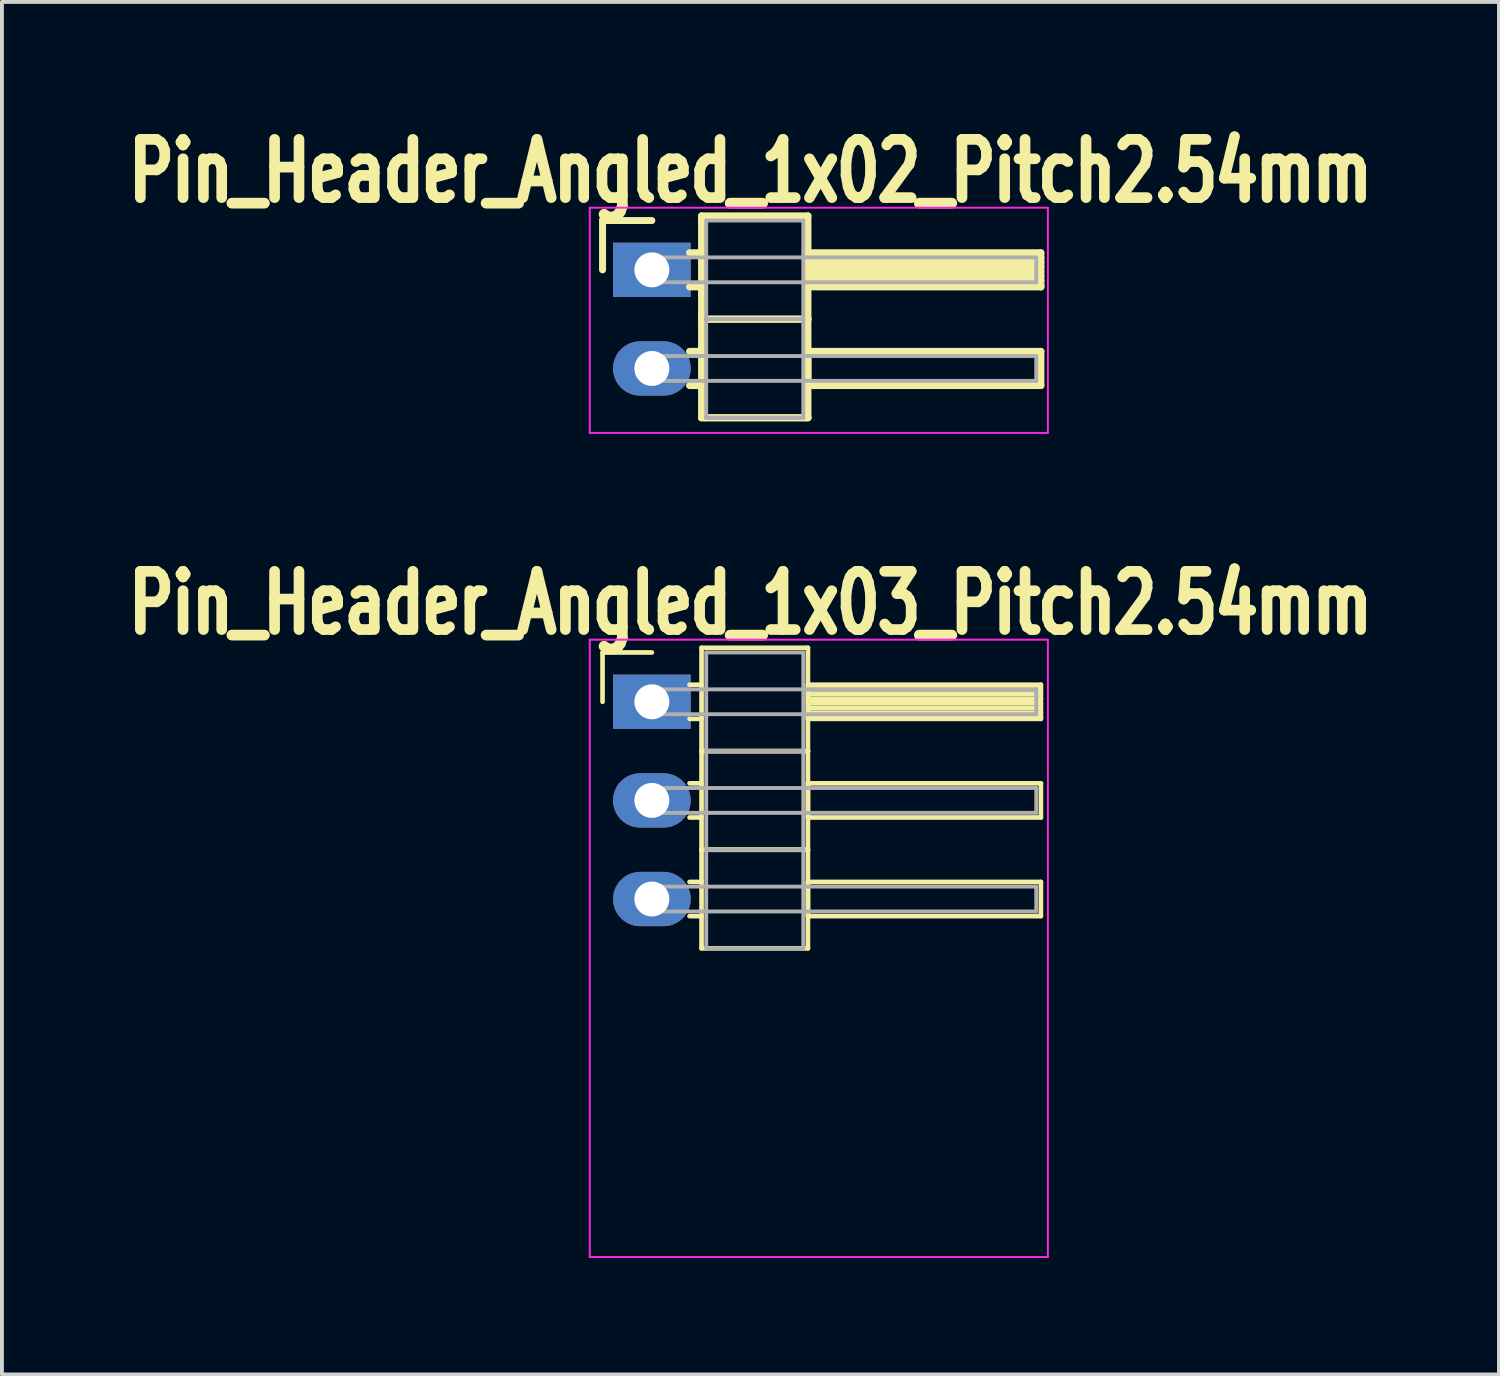
<source format=kicad_pcb>
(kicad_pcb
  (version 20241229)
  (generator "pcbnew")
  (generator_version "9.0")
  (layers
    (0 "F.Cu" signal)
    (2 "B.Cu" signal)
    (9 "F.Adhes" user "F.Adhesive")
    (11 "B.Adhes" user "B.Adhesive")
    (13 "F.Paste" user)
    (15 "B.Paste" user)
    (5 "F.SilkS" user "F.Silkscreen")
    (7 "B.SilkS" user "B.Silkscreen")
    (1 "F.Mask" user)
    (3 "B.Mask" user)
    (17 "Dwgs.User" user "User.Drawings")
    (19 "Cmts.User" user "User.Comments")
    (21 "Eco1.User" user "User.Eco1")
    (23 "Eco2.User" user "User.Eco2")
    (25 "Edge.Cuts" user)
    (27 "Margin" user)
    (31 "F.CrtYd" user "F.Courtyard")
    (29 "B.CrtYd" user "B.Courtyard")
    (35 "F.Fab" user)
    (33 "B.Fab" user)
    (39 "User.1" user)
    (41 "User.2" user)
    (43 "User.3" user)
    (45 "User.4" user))
  (footprint "Pin_Header_Angled_1x02_Pitch2.54mm"
    (layer "F.Cu")
    (at 13.739 3.9)
    (property "Reference" "Pin_Header_Angled_1x02_Pitch2.54mm" (at 2.54 -2.54 0) (layer "F.SilkS") (effects (font (size 1.5 1.1) (thickness 0.275))))
    (attr through_hole)
    (fp_line (start -1.27 -1.27) (end 0 -1.27) (stroke (width 0.18) (type solid)) (layer "F.SilkS"))
    (fp_line (start -1.27 0) (end -1.27 -1.27) (stroke (width 0.18) (type solid)) (layer "F.SilkS"))
    (fp_line (start 0.97 -0.44) (end 1.28 -0.44) (stroke (width 0.18) (type solid)) (layer "F.SilkS"))
    (fp_line (start 0.97 0.44) (end 1.28 0.44) (stroke (width 0.18) (type solid)) (layer "F.SilkS"))
    (fp_line (start 0.97 2.1) (end 1.28 2.1) (stroke (width 0.18) (type solid)) (layer "F.SilkS"))
    (fp_line (start 0.97 2.98) (end 1.28 2.98) (stroke (width 0.18) (type solid)) (layer "F.SilkS"))
    (fp_line (start 1.28 -1.39) (end 1.28 1.27) (stroke (width 0.18) (type solid)) (layer "F.SilkS"))
    (fp_line (start 1.28 1.27) (end 1.28 3.81) (stroke (width 0.18) (type solid)) (layer "F.SilkS"))
    (fp_line (start 1.28 1.27) (end 4.02 1.27) (stroke (width 0.18) (type solid)) (layer "F.SilkS"))
    (fp_line (start 1.28 3.81) (end 4.02 3.81) (stroke (width 0.18) (type solid)) (layer "F.SilkS"))
    (fp_line (start 4.02 -1.39) (end 1.28 -1.39) (stroke (width 0.18) (type solid)) (layer "F.SilkS"))
    (fp_line (start 4.02 -0.44) (end 4.02 0.44) (stroke (width 0.18) (type solid)) (layer "F.SilkS"))
    (fp_line (start 4.02 -0.32) (end 10.02 -0.32) (stroke (width 0.18) (type solid)) (layer "F.SilkS"))
    (fp_line (start 4.02 -0.2) (end 10.02 -0.2) (stroke (width 0.18) (type solid)) (layer "F.SilkS"))
    (fp_line (start 4.02 -0.08) (end 10.02 -0.08) (stroke (width 0.18) (type solid)) (layer "F.SilkS"))
    (fp_line (start 4.02 0.04) (end 10.02 0.04) (stroke (width 0.18) (type solid)) (layer "F.SilkS"))
    (fp_line (start 4.02 0.16) (end 10.02 0.16) (stroke (width 0.18) (type solid)) (layer "F.SilkS"))
    (fp_line (start 4.02 0.28) (end 10.02 0.28) (stroke (width 0.18) (type solid)) (layer "F.SilkS"))
    (fp_line (start 4.02 0.4) (end 10.02 0.4) (stroke (width 0.18) (type solid)) (layer "F.SilkS"))
    (fp_line (start 4.02 0.44) (end 10.02 0.44) (stroke (width 0.18) (type solid)) (layer "F.SilkS"))
    (fp_line (start 4.02 1.27) (end 1.28 1.27) (stroke (width 0.18) (type solid)) (layer "F.SilkS"))
    (fp_line (start 4.02 1.27) (end 4.02 -1.39) (stroke (width 0.18) (type solid)) (layer "F.SilkS"))
    (fp_line (start 4.02 2.1) (end 4.02 2.98) (stroke (width 0.18) (type solid)) (layer "F.SilkS"))
    (fp_line (start 4.02 2.98) (end 10.02 2.98) (stroke (width 0.18) (type solid)) (layer "F.SilkS"))
    (fp_line (start 4.02 3.81) (end 1.28 3.81) (stroke (width 0.18) (type solid)) (layer "F.SilkS"))
    (fp_line (start 4.02 3.81) (end 4.02 1.27) (stroke (width 0.18) (type solid)) (layer "F.SilkS"))
    (fp_line (start 10.02 -0.44) (end 4.02 -0.44) (stroke (width 0.18) (type solid)) (layer "F.SilkS"))
    (fp_line (start 10.02 0.44) (end 10.02 -0.44) (stroke (width 0.18) (type solid)) (layer "F.SilkS"))
    (fp_line (start 10.02 2.1) (end 4.02 2.1) (stroke (width 0.18) (type solid)) (layer "F.SilkS"))
    (fp_line (start 10.02 2.98) (end 10.02 2.1) (stroke (width 0.18) (type solid)) (layer "F.SilkS"))
    (fp_line (start -1.6 -1.6) (end -1.6 4.2) (stroke (width 0.05) (type solid)) (layer "F.CrtYd"))
    (fp_line (start -1.6 4.2) (end 10.2 4.2) (stroke (width 0.05) (type solid)) (layer "F.CrtYd"))
    (fp_line (start 10.2 -1.6) (end -1.6 -1.6) (stroke (width 0.05) (type solid)) (layer "F.CrtYd"))
    (fp_line (start 10.2 -1.6) (end 10.2 4.2) (stroke (width 0.05) (type solid)) (layer "F.CrtYd"))
    (fp_line (start 0 -0.32) (end 0 0.32) (stroke (width 0.1) (type solid)) (layer "F.Fab"))
    (fp_line (start 0 0.32) (end 9.9 0.32) (stroke (width 0.1) (type solid)) (layer "F.Fab"))
    (fp_line (start 0 2.22) (end 0 2.86) (stroke (width 0.1) (type solid)) (layer "F.Fab"))
    (fp_line (start 0 2.86) (end 9.9 2.86) (stroke (width 0.1) (type solid)) (layer "F.Fab"))
    (fp_line (start 1.4 -1.27) (end 1.4 1.27) (stroke (width 0.1) (type solid)) (layer "F.Fab"))
    (fp_line (start 1.4 1.27) (end 1.4 3.81) (stroke (width 0.1) (type solid)) (layer "F.Fab"))
    (fp_line (start 1.4 1.27) (end 3.9 1.27) (stroke (width 0.1) (type solid)) (layer "F.Fab"))
    (fp_line (start 1.4 3.81) (end 3.9 3.81) (stroke (width 0.1) (type solid)) (layer "F.Fab"))
    (fp_line (start 3.9 -1.27) (end 1.4 -1.27) (stroke (width 0.1) (type solid)) (layer "F.Fab"))
    (fp_line (start 3.9 1.27) (end 1.4 1.27) (stroke (width 0.1) (type solid)) (layer "F.Fab"))
    (fp_line (start 3.9 1.27) (end 3.9 -1.27) (stroke (width 0.1) (type solid)) (layer "F.Fab"))
    (fp_line (start 3.9 3.81) (end 1.4 3.81) (stroke (width 0.1) (type solid)) (layer "F.Fab"))
    (fp_line (start 3.9 3.81) (end 3.9 1.27) (stroke (width 0.1) (type solid)) (layer "F.Fab"))
    (fp_line (start 9.9 -0.32) (end 0 -0.32) (stroke (width 0.1) (type solid)) (layer "F.Fab"))
    (fp_line (start 9.9 0.32) (end 9.9 -0.32) (stroke (width 0.1) (type solid)) (layer "F.Fab"))
    (fp_line (start 9.9 2.22) (end 0 2.22) (stroke (width 0.1) (type solid)) (layer "F.Fab"))
    (fp_line (start 9.9 2.86) (end 9.9 2.22) (stroke (width 0.1) (type solid)) (layer "F.Fab"))
    (pad "1" thru_hole rect (at 0 0) (size 2 1.4) (drill 0.9) (layers "*.Cu" "*.Mask"))
    (pad "2" thru_hole oval (at 0 2.54) (size 2 1.4) (drill 0.9) (layers "*.Cu" "*.Mask")))
  (footprint "Pin_Header_Angled_1x03_Pitch2.54mm"
    (layer "F.Cu")
    (at 13.739 15.025)
    (property "Reference" "Pin_Header_Angled_1x03_Pitch2.54mm" (at 2.54 -2.54 0) (layer "F.SilkS") (effects (font (size 1.5 1.1) (thickness 0.275))))
    (attr through_hole)
    (fp_line (start -1.27 -1.27) (end 0 -1.27) (stroke (width 0.12) (type solid)) (layer "F.SilkS"))
    (fp_line (start -1.27 0) (end -1.27 -1.27) (stroke (width 0.12) (type solid)) (layer "F.SilkS"))
    (fp_line (start 0.97 -0.44) (end 1.28 -0.44) (stroke (width 0.12) (type solid)) (layer "F.SilkS"))
    (fp_line (start 0.97 0.44) (end 1.28 0.44) (stroke (width 0.12) (type solid)) (layer "F.SilkS"))
    (fp_line (start 0.97 2.1) (end 1.28 2.1) (stroke (width 0.12) (type solid)) (layer "F.SilkS"))
    (fp_line (start 0.97 2.98) (end 1.28 2.98) (stroke (width 0.12) (type solid)) (layer "F.SilkS"))
    (fp_line (start 0.97 4.64) (end 1.28 4.64) (stroke (width 0.12) (type solid)) (layer "F.SilkS"))
    (fp_line (start 0.97 5.52) (end 1.28 5.52) (stroke (width 0.12) (type solid)) (layer "F.SilkS"))
    (fp_line (start 1.28 -1.39) (end 1.28 1.27) (stroke (width 0.12) (type solid)) (layer "F.SilkS"))
    (fp_line (start 1.28 1.27) (end 1.28 3.81) (stroke (width 0.12) (type solid)) (layer "F.SilkS"))
    (fp_line (start 1.28 1.27) (end 4.02 1.27) (stroke (width 0.12) (type solid)) (layer "F.SilkS"))
    (fp_line (start 1.28 3.81) (end 1.28 6.35) (stroke (width 0.12) (type solid)) (layer "F.SilkS"))
    (fp_line (start 1.28 3.81) (end 4.02 3.81) (stroke (width 0.12) (type solid)) (layer "F.SilkS"))
    (fp_line (start 1.28 6.35) (end 4.02 6.35) (stroke (width 0.12) (type solid)) (layer "F.SilkS"))
    (fp_line (start 4.02 -1.39) (end 1.28 -1.39) (stroke (width 0.12) (type solid)) (layer "F.SilkS"))
    (fp_line (start 4.02 -0.44) (end 4.02 0.44) (stroke (width 0.12) (type solid)) (layer "F.SilkS"))
    (fp_line (start 4.02 -0.32) (end 10.02 -0.32) (stroke (width 0.12) (type solid)) (layer "F.SilkS"))
    (fp_line (start 4.02 -0.2) (end 10.02 -0.2) (stroke (width 0.12) (type solid)) (layer "F.SilkS"))
    (fp_line (start 4.02 -0.08) (end 10.02 -0.08) (stroke (width 0.12) (type solid)) (layer "F.SilkS"))
    (fp_line (start 4.02 0.04) (end 10.02 0.04) (stroke (width 0.12) (type solid)) (layer "F.SilkS"))
    (fp_line (start 4.02 0.16) (end 10.02 0.16) (stroke (width 0.12) (type solid)) (layer "F.SilkS"))
    (fp_line (start 4.02 0.28) (end 10.02 0.28) (stroke (width 0.12) (type solid)) (layer "F.SilkS"))
    (fp_line (start 4.02 0.4) (end 10.02 0.4) (stroke (width 0.12) (type solid)) (layer "F.SilkS"))
    (fp_line (start 4.02 0.44) (end 10.02 0.44) (stroke (width 0.12) (type solid)) (layer "F.SilkS"))
    (fp_line (start 4.02 1.27) (end 1.28 1.27) (stroke (width 0.12) (type solid)) (layer "F.SilkS"))
    (fp_line (start 4.02 1.27) (end 4.02 -1.39) (stroke (width 0.12) (type solid)) (layer "F.SilkS"))
    (fp_line (start 4.02 2.1) (end 4.02 2.98) (stroke (width 0.12) (type solid)) (layer "F.SilkS"))
    (fp_line (start 4.02 2.98) (end 10.02 2.98) (stroke (width 0.12) (type solid)) (layer "F.SilkS"))
    (fp_line (start 4.02 3.81) (end 1.28 3.81) (stroke (width 0.12) (type solid)) (layer "F.SilkS"))
    (fp_line (start 4.02 3.81) (end 4.02 1.27) (stroke (width 0.12) (type solid)) (layer "F.SilkS"))
    (fp_line (start 4.02 4.64) (end 4.02 5.52) (stroke (width 0.12) (type solid)) (layer "F.SilkS"))
    (fp_line (start 4.02 5.52) (end 10.02 5.52) (stroke (width 0.12) (type solid)) (layer "F.SilkS"))
    (fp_line (start 4.02 6.35) (end 4.02 3.81) (stroke (width 0.12) (type solid)) (layer "F.SilkS"))
    (fp_line (start 10.02 -0.44) (end 4.02 -0.44) (stroke (width 0.12) (type solid)) (layer "F.SilkS"))
    (fp_line (start 10.02 0.44) (end 10.02 -0.44) (stroke (width 0.12) (type solid)) (layer "F.SilkS"))
    (fp_line (start 10.02 2.1) (end 4.02 2.1) (stroke (width 0.12) (type solid)) (layer "F.SilkS"))
    (fp_line (start 10.02 2.98) (end 10.02 2.1) (stroke (width 0.12) (type solid)) (layer "F.SilkS"))
    (fp_line (start 10.02 4.64) (end 4.02 4.64) (stroke (width 0.12) (type solid)) (layer "F.SilkS"))
    (fp_line (start 10.02 5.52) (end 10.02 4.64) (stroke (width 0.12) (type solid)) (layer "F.SilkS"))
    (fp_line (start -1.6 -1.6) (end -1.6 14.3) (stroke (width 0.05) (type solid)) (layer "F.CrtYd"))
    (fp_line (start -1.6 14.3) (end 10.2 14.3) (stroke (width 0.05) (type solid)) (layer "F.CrtYd"))
    (fp_line (start 10.2 -1.6) (end -1.6 -1.6) (stroke (width 0.05) (type solid)) (layer "F.CrtYd"))
    (fp_line (start 10.2 14.3) (end 10.2 -1.6) (stroke (width 0.05) (type solid)) (layer "F.CrtYd"))
    (fp_line (start 0 -0.32) (end 0 0.32) (stroke (width 0.1) (type solid)) (layer "F.Fab"))
    (fp_line (start 0 0.32) (end 9.9 0.32) (stroke (width 0.1) (type solid)) (layer "F.Fab"))
    (fp_line (start 0 2.22) (end 0 2.86) (stroke (width 0.1) (type solid)) (layer "F.Fab"))
    (fp_line (start 0 2.86) (end 9.9 2.86) (stroke (width 0.1) (type solid)) (layer "F.Fab"))
    (fp_line (start 0 4.76) (end 0 5.4) (stroke (width 0.1) (type solid)) (layer "F.Fab"))
    (fp_line (start 0 5.4) (end 9.9 5.4) (stroke (width 0.1) (type solid)) (layer "F.Fab"))
    (fp_line (start 1.4 -1.27) (end 1.4 1.27) (stroke (width 0.1) (type solid)) (layer "F.Fab"))
    (fp_line (start 1.4 1.27) (end 1.4 3.81) (stroke (width 0.1) (type solid)) (layer "F.Fab"))
    (fp_line (start 1.4 1.27) (end 3.9 1.27) (stroke (width 0.1) (type solid)) (layer "F.Fab"))
    (fp_line (start 1.4 3.81) (end 1.4 6.35) (stroke (width 0.1) (type solid)) (layer "F.Fab"))
    (fp_line (start 1.4 3.81) (end 3.9 3.81) (stroke (width 0.1) (type solid)) (layer "F.Fab"))
    (fp_line (start 1.4 6.35) (end 3.9 6.35) (stroke (width 0.1) (type solid)) (layer "F.Fab"))
    (fp_line (start 3.9 -1.27) (end 1.4 -1.27) (stroke (width 0.1) (type solid)) (layer "F.Fab"))
    (fp_line (start 3.9 1.27) (end 1.4 1.27) (stroke (width 0.1) (type solid)) (layer "F.Fab"))
    (fp_line (start 3.9 1.27) (end 3.9 -1.27) (stroke (width 0.1) (type solid)) (layer "F.Fab"))
    (fp_line (start 3.9 3.81) (end 1.4 3.81) (stroke (width 0.1) (type solid)) (layer "F.Fab"))
    (fp_line (start 3.9 3.81) (end 3.9 1.27) (stroke (width 0.1) (type solid)) (layer "F.Fab"))
    (fp_line (start 3.9 6.35) (end 3.9 3.81) (stroke (width 0.1) (type solid)) (layer "F.Fab"))
    (fp_line (start 9.9 -0.32) (end 0 -0.32) (stroke (width 0.1) (type solid)) (layer "F.Fab"))
    (fp_line (start 9.9 0.32) (end 9.9 -0.32) (stroke (width 0.1) (type solid)) (layer "F.Fab"))
    (fp_line (start 9.9 2.22) (end 0 2.22) (stroke (width 0.1) (type solid)) (layer "F.Fab"))
    (fp_line (start 9.9 2.86) (end 9.9 2.22) (stroke (width 0.1) (type solid)) (layer "F.Fab"))
    (fp_line (start 9.9 4.76) (end 0 4.76) (stroke (width 0.1) (type solid)) (layer "F.Fab"))
    (fp_line (start 9.9 5.4) (end 9.9 4.76) (stroke (width 0.1) (type solid)) (layer "F.Fab"))
    (pad "1" thru_hole rect (at 0 0) (size 2 1.4) (drill 0.9) (layers "*.Cu" "*.Mask"))
    (pad "2" thru_hole oval (at 0 2.54) (size 2 1.4) (drill 0.9) (layers "*.Cu" "*.Mask"))
    (pad "3" thru_hole oval (at 0 5.08) (size 2 1.4) (drill 0.9) (layers "*.Cu" "*.Mask")))
  (gr_rect
    (start -3 -3)
    (end 35.557 32.35)
    (stroke (width 0.1) (type default))
    (fill no)
    (layer "Edge.Cuts")))
</source>
